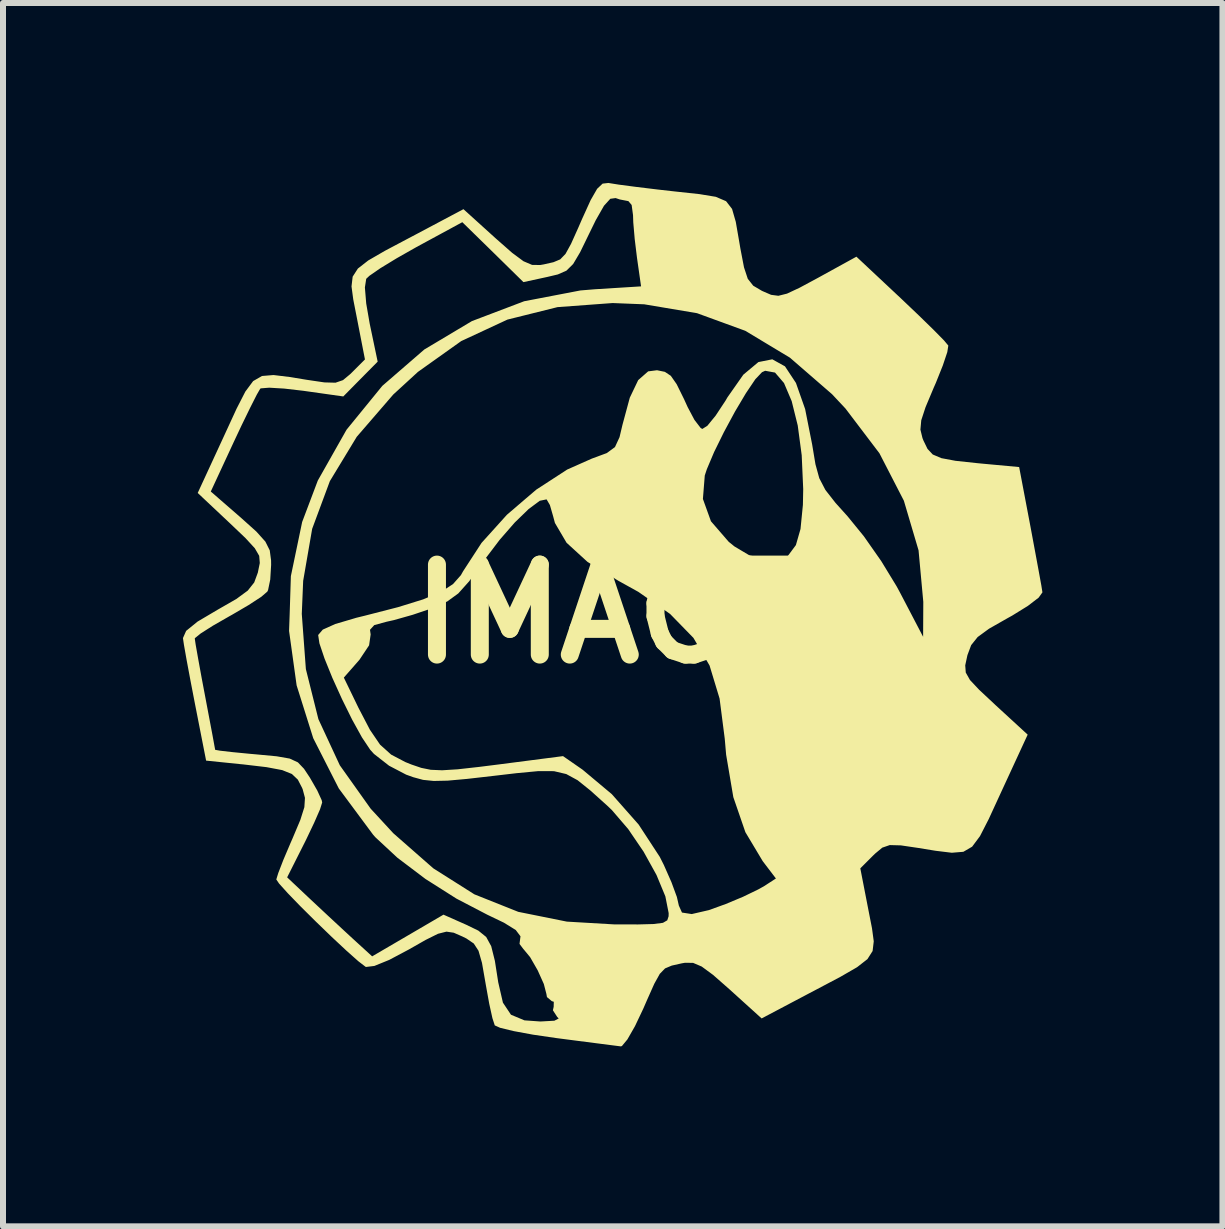
<source format=kicad_pcb>
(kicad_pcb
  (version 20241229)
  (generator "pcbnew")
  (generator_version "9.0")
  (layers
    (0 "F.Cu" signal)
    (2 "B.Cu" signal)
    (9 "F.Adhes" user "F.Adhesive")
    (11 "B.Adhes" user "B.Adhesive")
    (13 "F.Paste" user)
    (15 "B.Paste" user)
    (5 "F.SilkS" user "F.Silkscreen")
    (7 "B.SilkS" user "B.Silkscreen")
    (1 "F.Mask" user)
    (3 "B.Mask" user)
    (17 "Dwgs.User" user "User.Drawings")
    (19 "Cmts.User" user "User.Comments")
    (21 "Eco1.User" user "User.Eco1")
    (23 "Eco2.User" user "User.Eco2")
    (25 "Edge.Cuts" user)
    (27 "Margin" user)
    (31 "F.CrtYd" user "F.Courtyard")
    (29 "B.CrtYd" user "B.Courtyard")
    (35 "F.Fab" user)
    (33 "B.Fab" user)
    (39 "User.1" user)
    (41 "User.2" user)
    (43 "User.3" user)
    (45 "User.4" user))
  (footprint "IMAGE"
    (layer "F.Cu")
    (at 7.163 7.184)
    (property "Reference" "IMAGE" (at 0 0 0) (layer "F.SilkS") (effects (font (size 1.5 1.5) (thickness 0.3))))
    (attr board_only exclude_from_pos_files exclude_from_bom)
    (fp_poly (pts (xy -0.053 -7.181) (xy 0.104 -7.156) (xy 0.386 -7.119) (xy 0.748 -7.075) (xy 1.039 -7.042) (xy 1.447 -6.998) (xy 1.72 -6.953) (xy 1.891 -6.88) (xy 1.991 -6.751) (xy 2.053 -6.536) (xy 2.11 -6.207) (xy 2.13 -6.089) (xy 2.19 -5.777) (xy 2.253 -5.586) (xy 2.344 -5.471) (xy 2.488 -5.386) (xy 2.503 -5.379) (xy 2.642 -5.319) (xy 2.763 -5.303) (xy 2.907 -5.339) (xy 3.118 -5.438) (xy 3.421 -5.601) (xy 4.064 -5.955) (xy 4.814 -5.252) (xy 5.107 -4.973) (xy 5.352 -4.734) (xy 5.524 -4.559) (xy 5.596 -4.473) (xy 5.596 -4.473) (xy 5.579 -4.364) (xy 5.505 -4.143) (xy 5.389 -3.853) (xy 5.352 -3.769) (xy 5.216 -3.445) (xy 5.145 -3.228) (xy 5.131 -3.072) (xy 5.165 -2.932) (xy 5.181 -2.891) (xy 5.249 -2.751) (xy 5.337 -2.657) (xy 5.481 -2.596) (xy 5.716 -2.552) (xy 6.078 -2.513) (xy 6.171 -2.504) (xy 6.777 -2.448) (xy 6.965 -1.458) (xy 7.039 -1.06) (xy 7.102 -0.72) (xy 7.147 -0.473) (xy 7.165 -0.359) (xy 7.102 -0.271) (xy 6.922 -0.133) (xy 6.66 0.029) (xy 6.584 0.071) (xy 6.275 0.247) (xy 6.085 0.386) (xy 5.977 0.521) (xy 5.915 0.687) (xy 5.911 0.704) (xy 5.878 0.858) (xy 5.887 0.978) (xy 5.957 1.102) (xy 6.111 1.266) (xy 6.369 1.507) (xy 6.376 1.514) (xy 6.919 2.013) (xy 6.462 3.003) (xy 6.27 3.42) (xy 6.124 3.705) (xy 5.993 3.881) (xy 5.847 3.966) (xy 5.654 3.982) (xy 5.383 3.949) (xy 5.103 3.903) (xy 4.805 3.859) (xy 4.62 3.854) (xy 4.495 3.897) (xy 4.376 3.996) (xy 4.343 4.028) (xy 4.129 4.242) (xy 4.266 4.946) (xy 4.324 5.242) (xy 4.353 5.458) (xy 4.334 5.62) (xy 4.248 5.755) (xy 4.075 5.89) (xy 3.798 6.05) (xy 3.397 6.262) (xy 3.279 6.324) (xy 2.484 6.744) (xy 1.946 6.257) (xy 1.674 6.018) (xy 1.485 5.879) (xy 1.342 5.818) (xy 1.207 5.816) (xy 1.15 5.826) (xy 0.986 5.863) (xy 0.874 5.91) (xy 0.786 6.001) (xy 0.694 6.167) (xy 0.571 6.443) (xy 0.511 6.581) (xy 0.372 6.874) (xy 0.246 7.094) (xy 0.155 7.204) (xy 0.137 7.21) (xy 0.019 7.195) (xy -0.23 7.163) (xy -0.572 7.119) (xy -0.934 7.072) (xy -1.325 7.015) (xy -1.65 6.955) (xy -1.876 6.9) (xy -1.965 6.86) (xy -2.004 6.74) (xy -2.057 6.5) (xy -2.113 6.19) (xy -2.121 6.144) (xy -2.178 5.818) (xy -2.236 5.616) (xy -2.315 5.495) (xy -2.438 5.411) (xy -2.505 5.378) (xy -2.649 5.315) (xy -2.77 5.297) (xy -2.912 5.333) (xy -3.117 5.435) (xy -3.398 5.595) (xy -3.724 5.768) (xy -3.972 5.869) (xy -4.112 5.886) (xy -4.119 5.883) (xy -4.24 5.79) (xy -4.438 5.614) (xy -4.684 5.384) (xy -4.949 5.128) (xy -5.203 4.876) (xy -5.417 4.655) (xy -5.561 4.495) (xy -5.607 4.427) (xy -5.574 4.32) (xy -5.489 4.1) (xy -5.367 3.813) (xy -5.34 3.752) (xy -5.206 3.434) (xy -5.139 3.222) (xy -5.129 3.067) (xy -5.167 2.924) (xy -5.178 2.898) (xy -5.248 2.763) (xy -5.347 2.669) (xy -5.509 2.604) (xy -5.769 2.555) (xy -6.16 2.509) (xy -6.213 2.504) (xy -6.777 2.446) (xy -6.963 1.499) (xy -7.039 1.105) (xy -7.103 0.763) (xy -7.147 0.513) (xy -7.162 0.411) (xy -6.966 0.411) (xy -6.951 0.513) (xy -6.91 0.745) (xy -6.851 1.069) (xy -6.796 1.359) (xy -6.727 1.724) (xy -6.671 2.02) (xy -6.636 2.212) (xy -6.626 2.266) (xy -6.548 2.28) (xy -6.341 2.304) (xy -6.043 2.333) (xy -5.94 2.342) (xy -5.6 2.374) (xy -5.383 2.412) (xy -5.247 2.475) (xy -5.145 2.582) (xy -5.048 2.728) (xy -4.924 2.944) (xy -4.85 3.106) (xy -4.842 3.144) (xy -4.878 3.258) (xy -4.974 3.478) (xy -5.109 3.762) (xy -5.134 3.812) (xy -5.426 4.392) (xy -5.028 4.767) (xy -4.754 5.023) (xy -4.475 5.282) (xy -4.32 5.425) (xy -4.009 5.709) (xy -3.415 5.362) (xy -2.82 5.014) (xy -2.439 5.183) (xy -2.239 5.28) (xy -2.108 5.386) (xy -2.024 5.54) (xy -1.963 5.784) (xy -1.907 6.142) (xy -1.829 6.481) (xy -1.695 6.682) (xy -1.47 6.776) (xy -1.204 6.795) (xy -0.971 6.782) (xy -0.899 6.745) (xy -0.924 6.719) (xy -0.996 6.608) (xy -0.983 6.551) (xy -0.981 6.466) (xy -1.014 6.456) (xy -1.095 6.388) (xy -1.104 6.336) (xy -1.147 6.17) (xy -1.25 5.941) (xy -1.376 5.722) (xy -1.485 5.59) (xy -1.487 5.589) (xy -1.552 5.502) (xy -1.55 5.482) (xy -1.536 5.375) (xy -1.615 5.27) (xy -1.812 5.148) (xy -2.089 5.015) (xy -2.603 4.747) (xy -3.12 4.419) (xy -3.588 4.065) (xy -3.955 3.724) (xy -3.993 3.681) (xy -4.565 2.91) (xy -4.991 2.073) (xy -5.268 1.192) (xy -5.394 0.284) (xy -5.384 -0.000001) (xy -5.182 -0.000001) (xy -5.114 0.92) (xy -4.905 1.755) (xy -4.548 2.524) (xy -4.034 3.247) (xy -3.657 3.656) (xy -2.989 4.242) (xy -2.305 4.675) (xy -1.573 4.967) (xy -0.763 5.13) (xy 0.021 5.176) (xy 0.424 5.177) (xy 0.686 5.17) (xy 0.839 5.15) (xy 0.911 5.108) (xy 0.933 5.041) (xy 0.934 4.988) (xy 0.879 4.709) (xy 0.731 4.352) (xy 0.516 3.964) (xy 0.26 3.588) (xy -0.013 3.27) (xy -0.094 3.193) (xy -0.371 2.944) (xy -0.584 2.773) (xy -0.773 2.67) (xy -0.978 2.622) (xy -1.239 2.621) (xy -1.598 2.655) (xy -1.974 2.699) (xy -2.428 2.751) (xy -2.751 2.78) (xy -2.983 2.785) (xy -3.16 2.767) (xy -3.322 2.723) (xy -3.442 2.68) (xy -3.727 2.531) (xy -3.979 2.334) (xy -4.042 2.264) (xy -4.179 2.059) (xy -4.342 1.764) (xy -4.512 1.42) (xy -4.672 1.067) (xy -4.674 1.062) (xy -4.481 1.062) (xy -4.238 1.564) (xy -4.046 1.932) (xy -3.877 2.18) (xy -3.692 2.346) (xy -3.456 2.47) (xy -3.354 2.511) (xy -3.19 2.567) (xy -3.032 2.599) (xy -2.843 2.607) (xy -2.584 2.591) (xy -2.219 2.55) (xy -1.909 2.511) (xy -0.827 2.371) (xy -0.501 2.597) (xy -0.014 3.005) (xy 0.433 3.511) (xy 0.786 4.051) (xy 0.853 4.184) (xy 0.981 4.474) (xy 1.071 4.719) (xy 1.104 4.863) (xy 1.156 4.979) (xy 1.319 5.004) (xy 1.605 4.938) (xy 1.887 4.836) (xy 2.176 4.715) (xy 2.426 4.594) (xy 2.529 4.536) (xy 2.722 4.411) (xy 2.502 4.122) (xy 2.213 3.639) (xy 2.012 3.055) (xy 1.892 2.347) (xy 1.869 2.081) (xy 1.783 1.412) (xy 1.616 0.861) (xy 1.347 0.4) (xy 0.958 0.001) (xy 0.429 -0.367) (xy 0.094 -0.553) (xy -0.419 -0.867) (xy -0.768 -1.186) (xy -0.962 -1.516) (xy -0.992 -1.628) (xy -1.046 -1.815) (xy -1.101 -1.909) (xy -1.214 -1.886) (xy -1.399 -1.749) (xy -1.631 -1.524) (xy -1.883 -1.235) (xy -2.131 -0.908) (xy -2.17 -0.853) (xy -2.392 -0.543) (xy -2.573 -0.341) (xy -2.756 -0.208) (xy -2.985 -0.104) (xy -3.016 -0.092) (xy -3.333 0.015) (xy -3.644 0.103) (xy -3.769 0.131) (xy -3.974 0.187) (xy -4.045 0.265) (xy -4.034 0.343) (xy -4.06 0.524) (xy -4.22 0.764) (xy -4.233 0.779) (xy -4.481 1.062) (xy -4.674 1.062) (xy -4.803 0.744) (xy -4.888 0.491) (xy -4.909 0.352) (xy -4.832 0.262) (xy -4.625 0.169) (xy -4.27 0.064) (xy -4.135 0.031) (xy -3.575 -0.113) (xy -3.159 -0.242) (xy -2.862 -0.366) (xy -2.661 -0.497) (xy -2.53 -0.645) (xy -2.494 -0.709) (xy -2.185 -1.184) (xy -1.763 -1.652) (xy -1.455 -1.916) (xy 1.505 -1.916) (xy 1.639 -1.544) (xy 1.935 -1.202) (xy 2.03 -1.125) (xy 2.382 -0.915) (xy 2.678 -0.859) (xy 2.914 -0.957) (xy 3.055 -1.147) (xy 3.132 -1.415) (xy 3.172 -1.818) (xy 3.177 -2.081) (xy 3.152 -2.645) (xy 3.086 -3.14) (xy 2.985 -3.547) (xy 2.857 -3.848) (xy 2.707 -4.023) (xy 2.543 -4.053) (xy 2.49 -4.029) (xy 2.379 -3.912) (xy 2.222 -3.679) (xy 2.04 -3.373) (xy 1.856 -3.032) (xy 1.692 -2.699) (xy 1.571 -2.413) (xy 1.536 -2.307) (xy 1.505 -1.916) (xy -1.455 -1.916) (xy -1.272 -2.072) (xy -0.758 -2.406) (xy -0.346 -2.589) (xy -0.097 -2.681) (xy 0.039 -2.781) (xy 0.115 -2.946) (xy 0.164 -3.152) (xy 0.286 -3.604) (xy 0.426 -3.897) (xy 0.592 -4.043) (xy 0.74 -4.062) (xy 0.871 -4.035) (xy 0.97 -3.969) (xy 1.067 -3.83) (xy 1.189 -3.583) (xy 1.251 -3.447) (xy 1.364 -3.234) (xy 1.467 -3.1) (xy 1.495 -3.083) (xy 1.579 -3.136) (xy 1.717 -3.305) (xy 1.882 -3.555) (xy 1.914 -3.61) (xy 2.179 -3.988) (xy 2.43 -4.198) (xy 2.662 -4.244) (xy 2.873 -4.127) (xy 3.056 -3.85) (xy 3.209 -3.415) (xy 3.326 -2.825) (xy 3.381 -2.495) (xy 3.445 -2.262) (xy 3.547 -2.066) (xy 3.716 -1.85) (xy 3.915 -1.629) (xy 4.188 -1.294) (xy 4.478 -0.88) (xy 4.733 -0.462) (xy 4.791 -0.355) (xy 5.176 0.382) (xy 5.179 -0.2) (xy 5.1 -1.059) (xy 4.855 -1.887) (xy 4.448 -2.677) (xy 3.882 -3.423) (xy 3.657 -3.663) (xy 2.956 -4.271) (xy 2.212 -4.719) (xy 1.407 -5.013) (xy 0.527 -5.161) (xy -0.000001 -5.182) (xy -0.919 -5.114) (xy -1.754 -4.906) (xy -2.524 -4.548) (xy -3.246 -4.034) (xy -3.657 -3.657) (xy -4.266 -2.952) (xy -4.714 -2.213) (xy -5.009 -1.418) (xy -5.159 -0.551) (xy -5.182 -0.000001) (xy -5.384 -0.000001) (xy -5.364 -0.63) (xy -5.176 -1.532) (xy -4.915 -2.223) (xy -4.436 -3.07) (xy -3.84 -3.801) (xy -3.139 -4.408) (xy -2.346 -4.881) (xy -1.475 -5.212) (xy -0.537 -5.392) (xy -0.294 -5.412) (xy 0.474 -5.46) (xy 0.406 -5.937) (xy 0.368 -6.249) (xy 0.344 -6.528) (xy 0.34 -6.647) (xy 0.317 -6.817) (xy 0.263 -6.881) (xy 0.119 -6.909) (xy 0.05 -6.932) (xy -0.039 -6.92) (xy -0.144 -6.804) (xy -0.282 -6.562) (xy -0.389 -6.343) (xy -0.542 -6.029) (xy -0.658 -5.833) (xy -0.77 -5.722) (xy -0.913 -5.659) (xy -1.09 -5.617) (xy -1.487 -5.531) (xy -1.996 -6.031) (xy -2.506 -6.53) (xy -3.271 -6.115) (xy -3.599 -5.929) (xy -3.873 -5.762) (xy -4.055 -5.636) (xy -4.108 -5.586) (xy -4.13 -5.442) (xy -4.108 -5.175) (xy -4.05 -4.839) (xy -3.917 -4.205) (xy -4.204 -3.915) (xy -4.49 -3.625) (xy -5.155 -3.719) (xy -5.474 -3.756) (xy -5.725 -3.771) (xy -5.863 -3.76) (xy -5.875 -3.754) (xy -5.931 -3.657) (xy -6.041 -3.44) (xy -6.188 -3.138) (xy -6.315 -2.868) (xy -6.699 -2.04) (xy -6.195 -1.602) (xy -5.939 -1.372) (xy -5.789 -1.205) (xy -5.716 -1.059) (xy -5.694 -0.892) (xy -5.693 -0.816) (xy -5.708 -0.572) (xy -5.744 -0.397) (xy -5.757 -0.371) (xy -5.857 -0.285) (xy -6.067 -0.148) (xy -6.342 0.013) (xy -6.392 0.041) (xy -6.664 0.197) (xy -6.867 0.326) (xy -6.963 0.404) (xy -6.966 0.411) (xy -7.162 0.411) (xy -7.163 0.403) (xy -7.11 0.283) (xy -6.919 0.128) (xy -6.584 -0.07) (xy -6.274 -0.248) (xy -6.083 -0.388) (xy -5.975 -0.524) (xy -5.914 -0.69) (xy -5.913 -0.697) (xy -5.882 -0.848) (xy -5.892 -0.968) (xy -5.965 -1.094) (xy -6.121 -1.264) (xy -6.377 -1.508) (xy -6.917 -2.016) (xy -6.461 -3.004) (xy -6.269 -3.421) (xy -6.123 -3.706) (xy -5.993 -3.881) (xy -5.846 -3.966) (xy -5.653 -3.982) (xy -5.382 -3.949) (xy -5.103 -3.903) (xy -4.805 -3.859) (xy -4.62 -3.854) (xy -4.495 -3.897) (xy -4.376 -3.996) (xy -4.343 -4.028) (xy -4.129 -4.242) (xy -4.266 -4.946) (xy -4.324 -5.242) (xy -4.353 -5.459) (xy -4.334 -5.622) (xy -4.247 -5.757) (xy -4.074 -5.892) (xy -3.796 -6.053) (xy -3.394 -6.266) (xy -3.282 -6.325) (xy -2.487 -6.747) (xy -1.948 -6.259) (xy -1.675 -6.019) (xy -1.486 -5.879) (xy -1.343 -5.818) (xy -1.208 -5.816) (xy -1.15 -5.826) (xy -0.986 -5.863) (xy -0.874 -5.91) (xy -0.786 -6.001) (xy -0.694 -6.168) (xy -0.57 -6.444) (xy -0.511 -6.58) (xy -0.366 -6.899) (xy -0.258 -7.087) (xy -0.167 -7.173) (xy -0.07 -7.184)) (stroke (width 0) (type solid)) (fill yes) (layer "F.SilkS")))
  (gr_rect
    (start -3 -3)
    (end 17.329 17.394)
    (stroke (width 0.1) (type default))
    (fill no)
    (layer "Edge.Cuts")))
</source>
